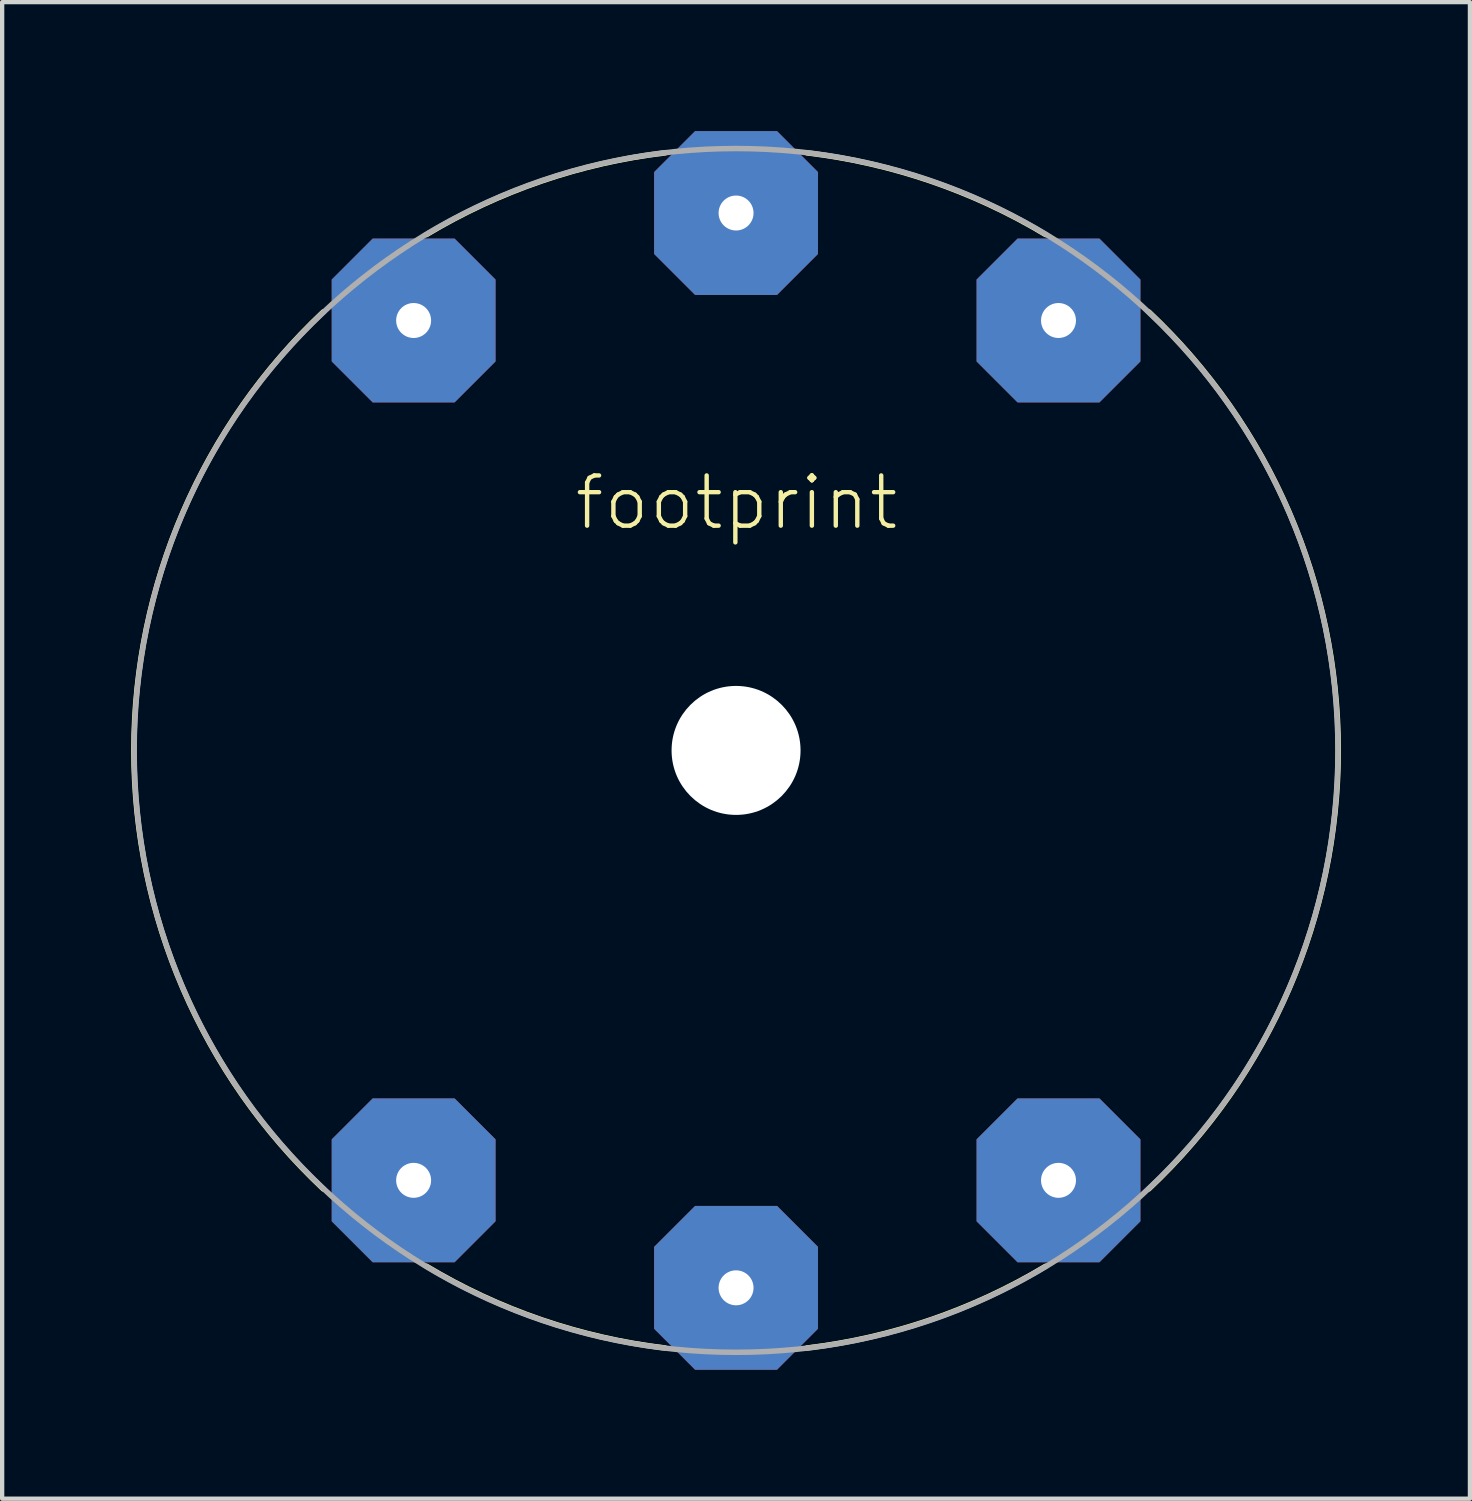
<source format=kicad_pcb>
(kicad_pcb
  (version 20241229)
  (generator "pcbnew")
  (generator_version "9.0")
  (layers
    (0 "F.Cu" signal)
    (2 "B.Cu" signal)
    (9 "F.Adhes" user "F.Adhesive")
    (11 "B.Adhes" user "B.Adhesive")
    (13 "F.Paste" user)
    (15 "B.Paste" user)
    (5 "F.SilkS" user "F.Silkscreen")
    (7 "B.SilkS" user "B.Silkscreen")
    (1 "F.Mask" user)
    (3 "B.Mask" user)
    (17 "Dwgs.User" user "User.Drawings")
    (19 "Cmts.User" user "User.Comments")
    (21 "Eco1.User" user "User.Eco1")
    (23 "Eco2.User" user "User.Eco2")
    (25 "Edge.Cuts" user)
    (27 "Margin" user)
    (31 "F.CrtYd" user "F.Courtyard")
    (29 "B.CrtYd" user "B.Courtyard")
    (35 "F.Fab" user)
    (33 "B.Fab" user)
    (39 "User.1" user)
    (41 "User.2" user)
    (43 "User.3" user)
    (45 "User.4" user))
  (footprint "footprint"
    (layer "F.Cu")
    (at 14.071 14.405)
    (property "Reference" "footprint" (at -3.81 -5.08 0) (layer "F.SilkS") (effects (font (size 1.168 1.168) (thickness 0.102)) (justify left bottom)))
    (fp_arc (start -9.6 10.2) (mid -14.007141 0) (end -9.6 -10.2) (stroke (width 0.127) (type solid)) (layer "F.SilkS"))
    (fp_arc (start -7.2 -12) (mid -4.525644 -13.243987) (end -1.65 -13.9) (stroke (width 0.127) (type solid)) (layer "F.SilkS"))
    (fp_arc (start -1.65 13.9) (mid -4.525643 13.243985) (end -7.2 12) (stroke (width 0.127) (type solid)) (layer "F.SilkS"))
    (fp_arc (start 1.65 -13.9) (mid 4.525644 -13.243987) (end 7.2 -12) (stroke (width 0.127) (type solid)) (layer "F.SilkS"))
    (fp_arc (start 7.2 12) (mid 4.525644 13.243987) (end 1.65 13.9) (stroke (width 0.127) (type solid)) (layer "F.SilkS"))
    (fp_arc (start 9.6 -10.2) (mid 14.007141 0) (end 9.6 10.2) (stroke (width 0.127) (type solid)) (layer "F.SilkS"))
    (fp_circle (center 0 0) (end 14 0) (stroke (width 0.127) (type solid)) (fill no) (layer "F.Fab"))
    (pad "" np_thru_hole circle (at 0 0) (size 3 3) (drill 3) (layers "*.Cu" "*.Mask"))
    (pad "1" thru_hole roundrect (at -7.5 10) (size 3.81 3.81) (drill 0.813) (layers "*.Cu" "*.Mask") (roundrect_rratio 0.25) (chamfer_ratio 0.25) (chamfer top_left top_right bottom_left bottom_right))
    (pad "2" thru_hole roundrect (at -7.5 -10) (size 3.81 3.81) (drill 0.813) (layers "*.Cu" "*.Mask") (roundrect_rratio 0.25) (chamfer_ratio 0.25) (chamfer top_left top_right bottom_left bottom_right))
    (pad "3" thru_hole roundrect (at 7.5 10) (size 3.81 3.81) (drill 0.813) (layers "*.Cu" "*.Mask") (roundrect_rratio 0.25) (chamfer_ratio 0.25) (chamfer top_left top_right bottom_left bottom_right))
    (pad "4" thru_hole roundrect (at 7.5 -10) (size 3.81 3.81) (drill 0.813) (layers "*.Cu" "*.Mask") (roundrect_rratio 0.25) (chamfer_ratio 0.25) (chamfer top_left top_right bottom_left bottom_right))
    (pad "5" thru_hole roundrect (at 0 12.5) (size 3.81 3.81) (drill 0.813) (layers "*.Cu" "*.Mask") (roundrect_rratio 0.25) (chamfer_ratio 0.25) (chamfer top_left top_right bottom_left bottom_right))
    (pad "6" thru_hole roundrect (at 0 -12.5) (size 3.81 3.81) (drill 0.813) (layers "*.Cu" "*.Mask") (roundrect_rratio 0.25) (chamfer_ratio 0.25) (chamfer top_left top_right bottom_left bottom_right)))
  (gr_rect
    (start -3 -3)
    (end 31.141 31.81)
    (stroke (width 0.1) (type default))
    (fill no)
    (layer "Edge.Cuts")))
</source>
